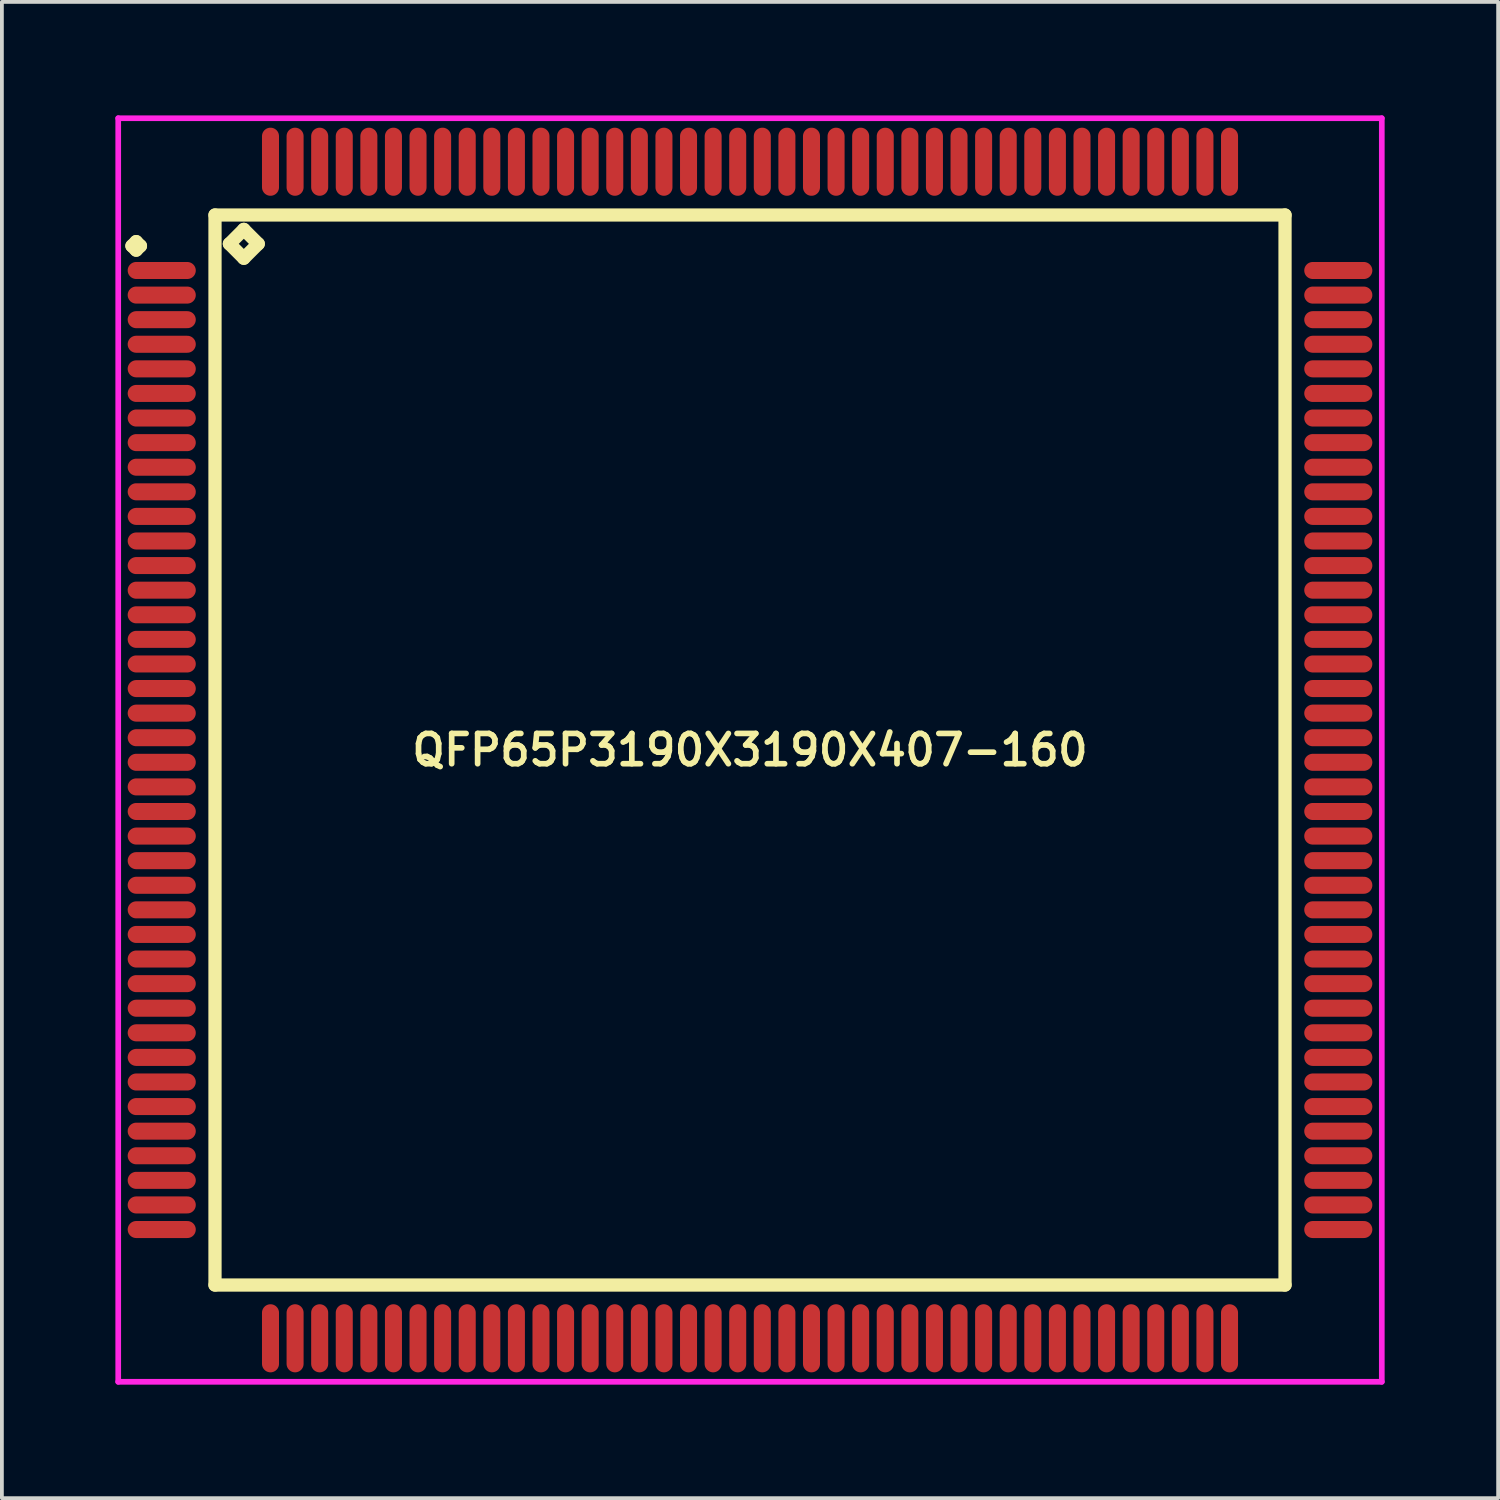
<source format=kicad_pcb>
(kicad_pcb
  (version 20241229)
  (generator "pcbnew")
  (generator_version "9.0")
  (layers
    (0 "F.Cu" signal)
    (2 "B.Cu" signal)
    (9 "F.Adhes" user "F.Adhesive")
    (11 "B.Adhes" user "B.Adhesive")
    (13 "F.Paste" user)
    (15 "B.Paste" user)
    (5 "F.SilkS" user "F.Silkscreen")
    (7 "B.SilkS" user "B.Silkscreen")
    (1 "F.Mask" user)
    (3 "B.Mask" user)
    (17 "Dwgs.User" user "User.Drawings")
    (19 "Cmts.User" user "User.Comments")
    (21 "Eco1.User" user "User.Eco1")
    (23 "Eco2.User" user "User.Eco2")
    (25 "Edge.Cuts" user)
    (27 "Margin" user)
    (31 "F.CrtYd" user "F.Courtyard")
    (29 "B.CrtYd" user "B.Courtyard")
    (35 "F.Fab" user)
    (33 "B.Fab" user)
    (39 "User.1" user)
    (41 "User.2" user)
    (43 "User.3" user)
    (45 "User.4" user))
  (footprint "QFP65P3190X3190X407-160"
    (layer "F.Cu")
    (at 16.775 16.775)
    (property "Reference" "QFP65P3190X3190X407-160" (at 0 0 0) (layer "F.SilkS") (effects (font (size 0.8 0.8) (thickness 0.15))))
    (attr smd)
    (fp_line (start -16.337 -13.325) (end -16.225 -13.438) (stroke (width 0.35) (type solid)) (layer "F.SilkS"))
    (fp_line (start -16.225 -13.438) (end -16.113 -13.325) (stroke (width 0.35) (type solid)) (layer "F.SilkS"))
    (fp_line (start -16.225 -13.213) (end -16.337 -13.325) (stroke (width 0.35) (type solid)) (layer "F.SilkS"))
    (fp_line (start -16.113 -13.325) (end -16.225 -13.213) (stroke (width 0.35) (type solid)) (layer "F.SilkS"))
    (fp_line (start -14.142 -14.142) (end -14.142 14.142) (stroke (width 0.35) (type solid)) (layer "F.SilkS"))
    (fp_line (start -14.142 14.142) (end 14.142 14.142) (stroke (width 0.35) (type solid)) (layer "F.SilkS"))
    (fp_line (start -13.761 -13.38) (end -13.38 -13.761) (stroke (width 0.35) (type solid)) (layer "F.SilkS"))
    (fp_line (start -13.38 -13.761) (end -12.999 -13.38) (stroke (width 0.35) (type solid)) (layer "F.SilkS"))
    (fp_line (start -13.38 -12.999) (end -13.761 -13.38) (stroke (width 0.35) (type solid)) (layer "F.SilkS"))
    (fp_line (start -12.999 -13.38) (end -13.38 -12.999) (stroke (width 0.35) (type solid)) (layer "F.SilkS"))
    (fp_line (start 14.142 -14.142) (end -14.142 -14.142) (stroke (width 0.35) (type solid)) (layer "F.SilkS"))
    (fp_line (start 14.142 14.142) (end 14.142 -14.142) (stroke (width 0.35) (type solid)) (layer "F.SilkS"))
    (fp_line (start -16.7 -16.7) (end 16.7 -16.7) (stroke (width 0.15) (type solid)) (layer "F.CrtYd"))
    (fp_line (start -16.7 16.7) (end -16.7 -16.7) (stroke (width 0.15) (type solid)) (layer "F.CrtYd"))
    (fp_line (start 16.7 -16.7) (end 16.7 16.7) (stroke (width 0.15) (type solid)) (layer "F.CrtYd"))
    (fp_line (start 16.7 16.7) (end -16.7 16.7) (stroke (width 0.15) (type solid)) (layer "F.CrtYd"))
    (pad "1" smd oval (at -15.55 -12.675) (size 1.8 0.45) (layers "F.Cu" "F.Mask" "F.Paste"))
    (pad "2" smd oval (at -15.55 -12.025) (size 1.8 0.45) (layers "F.Cu" "F.Mask" "F.Paste"))
    (pad "3" smd oval (at -15.55 -11.375) (size 1.8 0.45) (layers "F.Cu" "F.Mask" "F.Paste"))
    (pad "4" smd oval (at -15.55 -10.725) (size 1.8 0.45) (layers "F.Cu" "F.Mask" "F.Paste"))
    (pad "5" smd oval (at -15.55 -10.075) (size 1.8 0.45) (layers "F.Cu" "F.Mask" "F.Paste"))
    (pad "6" smd oval (at -15.55 -9.425) (size 1.8 0.45) (layers "F.Cu" "F.Mask" "F.Paste"))
    (pad "7" smd oval (at -15.55 -8.775) (size 1.8 0.45) (layers "F.Cu" "F.Mask" "F.Paste"))
    (pad "8" smd oval (at -15.55 -8.125) (size 1.8 0.45) (layers "F.Cu" "F.Mask" "F.Paste"))
    (pad "9" smd oval (at -15.55 -7.475) (size 1.8 0.45) (layers "F.Cu" "F.Mask" "F.Paste"))
    (pad "10" smd oval (at -15.55 -6.825) (size 1.8 0.45) (layers "F.Cu" "F.Mask" "F.Paste"))
    (pad "11" smd oval (at -15.55 -6.175) (size 1.8 0.45) (layers "F.Cu" "F.Mask" "F.Paste"))
    (pad "12" smd oval (at -15.55 -5.525) (size 1.8 0.45) (layers "F.Cu" "F.Mask" "F.Paste"))
    (pad "13" smd oval (at -15.55 -4.875) (size 1.8 0.45) (layers "F.Cu" "F.Mask" "F.Paste"))
    (pad "14" smd oval (at -15.55 -4.225) (size 1.8 0.45) (layers "F.Cu" "F.Mask" "F.Paste"))
    (pad "15" smd oval (at -15.55 -3.575) (size 1.8 0.45) (layers "F.Cu" "F.Mask" "F.Paste"))
    (pad "16" smd oval (at -15.55 -2.925) (size 1.8 0.45) (layers "F.Cu" "F.Mask" "F.Paste"))
    (pad "17" smd oval (at -15.55 -2.275) (size 1.8 0.45) (layers "F.Cu" "F.Mask" "F.Paste"))
    (pad "18" smd oval (at -15.55 -1.625) (size 1.8 0.45) (layers "F.Cu" "F.Mask" "F.Paste"))
    (pad "19" smd oval (at -15.55 -0.975) (size 1.8 0.45) (layers "F.Cu" "F.Mask" "F.Paste"))
    (pad "20" smd oval (at -15.55 -0.325) (size 1.8 0.45) (layers "F.Cu" "F.Mask" "F.Paste"))
    (pad "21" smd oval (at -15.55 0.325) (size 1.8 0.45) (layers "F.Cu" "F.Mask" "F.Paste"))
    (pad "22" smd oval (at -15.55 0.975) (size 1.8 0.45) (layers "F.Cu" "F.Mask" "F.Paste"))
    (pad "23" smd oval (at -15.55 1.625) (size 1.8 0.45) (layers "F.Cu" "F.Mask" "F.Paste"))
    (pad "24" smd oval (at -15.55 2.275) (size 1.8 0.45) (layers "F.Cu" "F.Mask" "F.Paste"))
    (pad "25" smd oval (at -15.55 2.925) (size 1.8 0.45) (layers "F.Cu" "F.Mask" "F.Paste"))
    (pad "26" smd oval (at -15.55 3.575) (size 1.8 0.45) (layers "F.Cu" "F.Mask" "F.Paste"))
    (pad "27" smd oval (at -15.55 4.225) (size 1.8 0.45) (layers "F.Cu" "F.Mask" "F.Paste"))
    (pad "28" smd oval (at -15.55 4.875) (size 1.8 0.45) (layers "F.Cu" "F.Mask" "F.Paste"))
    (pad "29" smd oval (at -15.55 5.525) (size 1.8 0.45) (layers "F.Cu" "F.Mask" "F.Paste"))
    (pad "30" smd oval (at -15.55 6.175) (size 1.8 0.45) (layers "F.Cu" "F.Mask" "F.Paste"))
    (pad "31" smd oval (at -15.55 6.825) (size 1.8 0.45) (layers "F.Cu" "F.Mask" "F.Paste"))
    (pad "32" smd oval (at -15.55 7.475) (size 1.8 0.45) (layers "F.Cu" "F.Mask" "F.Paste"))
    (pad "33" smd oval (at -15.55 8.125) (size 1.8 0.45) (layers "F.Cu" "F.Mask" "F.Paste"))
    (pad "34" smd oval (at -15.55 8.775) (size 1.8 0.45) (layers "F.Cu" "F.Mask" "F.Paste"))
    (pad "35" smd oval (at -15.55 9.425) (size 1.8 0.45) (layers "F.Cu" "F.Mask" "F.Paste"))
    (pad "36" smd oval (at -15.55 10.075) (size 1.8 0.45) (layers "F.Cu" "F.Mask" "F.Paste"))
    (pad "37" smd oval (at -15.55 10.725) (size 1.8 0.45) (layers "F.Cu" "F.Mask" "F.Paste"))
    (pad "38" smd oval (at -15.55 11.375) (size 1.8 0.45) (layers "F.Cu" "F.Mask" "F.Paste"))
    (pad "39" smd oval (at -15.55 12.025) (size 1.8 0.45) (layers "F.Cu" "F.Mask" "F.Paste"))
    (pad "40" smd oval (at -15.55 12.675) (size 1.8 0.45) (layers "F.Cu" "F.Mask" "F.Paste"))
    (pad "41" smd oval (at -12.675 15.55) (size 0.45 1.8) (layers "F.Cu" "F.Mask" "F.Paste"))
    (pad "42" smd oval (at -12.025 15.55) (size 0.45 1.8) (layers "F.Cu" "F.Mask" "F.Paste"))
    (pad "43" smd oval (at -11.375 15.55) (size 0.45 1.8) (layers "F.Cu" "F.Mask" "F.Paste"))
    (pad "44" smd oval (at -10.725 15.55) (size 0.45 1.8) (layers "F.Cu" "F.Mask" "F.Paste"))
    (pad "45" smd oval (at -10.075 15.55) (size 0.45 1.8) (layers "F.Cu" "F.Mask" "F.Paste"))
    (pad "46" smd oval (at -9.425 15.55) (size 0.45 1.8) (layers "F.Cu" "F.Mask" "F.Paste"))
    (pad "47" smd oval (at -8.775 15.55) (size 0.45 1.8) (layers "F.Cu" "F.Mask" "F.Paste"))
    (pad "48" smd oval (at -8.125 15.55) (size 0.45 1.8) (layers "F.Cu" "F.Mask" "F.Paste"))
    (pad "49" smd oval (at -7.475 15.55) (size 0.45 1.8) (layers "F.Cu" "F.Mask" "F.Paste"))
    (pad "50" smd oval (at -6.825 15.55) (size 0.45 1.8) (layers "F.Cu" "F.Mask" "F.Paste"))
    (pad "51" smd oval (at -6.175 15.55) (size 0.45 1.8) (layers "F.Cu" "F.Mask" "F.Paste"))
    (pad "52" smd oval (at -5.525 15.55) (size 0.45 1.8) (layers "F.Cu" "F.Mask" "F.Paste"))
    (pad "53" smd oval (at -4.875 15.55) (size 0.45 1.8) (layers "F.Cu" "F.Mask" "F.Paste"))
    (pad "54" smd oval (at -4.225 15.55) (size 0.45 1.8) (layers "F.Cu" "F.Mask" "F.Paste"))
    (pad "55" smd oval (at -3.575 15.55) (size 0.45 1.8) (layers "F.Cu" "F.Mask" "F.Paste"))
    (pad "56" smd oval (at -2.925 15.55) (size 0.45 1.8) (layers "F.Cu" "F.Mask" "F.Paste"))
    (pad "57" smd oval (at -2.275 15.55) (size 0.45 1.8) (layers "F.Cu" "F.Mask" "F.Paste"))
    (pad "58" smd oval (at -1.625 15.55) (size 0.45 1.8) (layers "F.Cu" "F.Mask" "F.Paste"))
    (pad "59" smd oval (at -0.975 15.55) (size 0.45 1.8) (layers "F.Cu" "F.Mask" "F.Paste"))
    (pad "60" smd oval (at -0.325 15.55) (size 0.45 1.8) (layers "F.Cu" "F.Mask" "F.Paste"))
    (pad "61" smd oval (at 0.325 15.55) (size 0.45 1.8) (layers "F.Cu" "F.Mask" "F.Paste"))
    (pad "62" smd oval (at 0.975 15.55) (size 0.45 1.8) (layers "F.Cu" "F.Mask" "F.Paste"))
    (pad "63" smd oval (at 1.625 15.55) (size 0.45 1.8) (layers "F.Cu" "F.Mask" "F.Paste"))
    (pad "64" smd oval (at 2.275 15.55) (size 0.45 1.8) (layers "F.Cu" "F.Mask" "F.Paste"))
    (pad "65" smd oval (at 2.925 15.55) (size 0.45 1.8) (layers "F.Cu" "F.Mask" "F.Paste"))
    (pad "66" smd oval (at 3.575 15.55) (size 0.45 1.8) (layers "F.Cu" "F.Mask" "F.Paste"))
    (pad "67" smd oval (at 4.225 15.55) (size 0.45 1.8) (layers "F.Cu" "F.Mask" "F.Paste"))
    (pad "68" smd oval (at 4.875 15.55) (size 0.45 1.8) (layers "F.Cu" "F.Mask" "F.Paste"))
    (pad "69" smd oval (at 5.525 15.55) (size 0.45 1.8) (layers "F.Cu" "F.Mask" "F.Paste"))
    (pad "70" smd oval (at 6.175 15.55) (size 0.45 1.8) (layers "F.Cu" "F.Mask" "F.Paste"))
    (pad "71" smd oval (at 6.825 15.55) (size 0.45 1.8) (layers "F.Cu" "F.Mask" "F.Paste"))
    (pad "72" smd oval (at 7.475 15.55) (size 0.45 1.8) (layers "F.Cu" "F.Mask" "F.Paste"))
    (pad "73" smd oval (at 8.125 15.55) (size 0.45 1.8) (layers "F.Cu" "F.Mask" "F.Paste"))
    (pad "74" smd oval (at 8.775 15.55) (size 0.45 1.8) (layers "F.Cu" "F.Mask" "F.Paste"))
    (pad "75" smd oval (at 9.425 15.55) (size 0.45 1.8) (layers "F.Cu" "F.Mask" "F.Paste"))
    (pad "76" smd oval (at 10.075 15.55) (size 0.45 1.8) (layers "F.Cu" "F.Mask" "F.Paste"))
    (pad "77" smd oval (at 10.725 15.55) (size 0.45 1.8) (layers "F.Cu" "F.Mask" "F.Paste"))
    (pad "78" smd oval (at 11.375 15.55) (size 0.45 1.8) (layers "F.Cu" "F.Mask" "F.Paste"))
    (pad "79" smd oval (at 12.025 15.55) (size 0.45 1.8) (layers "F.Cu" "F.Mask" "F.Paste"))
    (pad "80" smd oval (at 12.675 15.55) (size 0.45 1.8) (layers "F.Cu" "F.Mask" "F.Paste"))
    (pad "81" smd oval (at 15.55 12.675) (size 1.8 0.45) (layers "F.Cu" "F.Mask" "F.Paste"))
    (pad "82" smd oval (at 15.55 12.025) (size 1.8 0.45) (layers "F.Cu" "F.Mask" "F.Paste"))
    (pad "83" smd oval (at 15.55 11.375) (size 1.8 0.45) (layers "F.Cu" "F.Mask" "F.Paste"))
    (pad "84" smd oval (at 15.55 10.725) (size 1.8 0.45) (layers "F.Cu" "F.Mask" "F.Paste"))
    (pad "85" smd oval (at 15.55 10.075) (size 1.8 0.45) (layers "F.Cu" "F.Mask" "F.Paste"))
    (pad "86" smd oval (at 15.55 9.425) (size 1.8 0.45) (layers "F.Cu" "F.Mask" "F.Paste"))
    (pad "87" smd oval (at 15.55 8.775) (size 1.8 0.45) (layers "F.Cu" "F.Mask" "F.Paste"))
    (pad "88" smd oval (at 15.55 8.125) (size 1.8 0.45) (layers "F.Cu" "F.Mask" "F.Paste"))
    (pad "89" smd oval (at 15.55 7.475) (size 1.8 0.45) (layers "F.Cu" "F.Mask" "F.Paste"))
    (pad "90" smd oval (at 15.55 6.825) (size 1.8 0.45) (layers "F.Cu" "F.Mask" "F.Paste"))
    (pad "91" smd oval (at 15.55 6.175) (size 1.8 0.45) (layers "F.Cu" "F.Mask" "F.Paste"))
    (pad "92" smd oval (at 15.55 5.525) (size 1.8 0.45) (layers "F.Cu" "F.Mask" "F.Paste"))
    (pad "93" smd oval (at 15.55 4.875) (size 1.8 0.45) (layers "F.Cu" "F.Mask" "F.Paste"))
    (pad "94" smd oval (at 15.55 4.225) (size 1.8 0.45) (layers "F.Cu" "F.Mask" "F.Paste"))
    (pad "95" smd oval (at 15.55 3.575) (size 1.8 0.45) (layers "F.Cu" "F.Mask" "F.Paste"))
    (pad "96" smd oval (at 15.55 2.925) (size 1.8 0.45) (layers "F.Cu" "F.Mask" "F.Paste"))
    (pad "97" smd oval (at 15.55 2.275) (size 1.8 0.45) (layers "F.Cu" "F.Mask" "F.Paste"))
    (pad "98" smd oval (at 15.55 1.625) (size 1.8 0.45) (layers "F.Cu" "F.Mask" "F.Paste"))
    (pad "99" smd oval (at 15.55 0.975) (size 1.8 0.45) (layers "F.Cu" "F.Mask" "F.Paste"))
    (pad "100" smd oval (at 15.55 0.325) (size 1.8 0.45) (layers "F.Cu" "F.Mask" "F.Paste"))
    (pad "101" smd oval (at 15.55 -0.325) (size 1.8 0.45) (layers "F.Cu" "F.Mask" "F.Paste"))
    (pad "102" smd oval (at 15.55 -0.975) (size 1.8 0.45) (layers "F.Cu" "F.Mask" "F.Paste"))
    (pad "103" smd oval (at 15.55 -1.625) (size 1.8 0.45) (layers "F.Cu" "F.Mask" "F.Paste"))
    (pad "104" smd oval (at 15.55 -2.275) (size 1.8 0.45) (layers "F.Cu" "F.Mask" "F.Paste"))
    (pad "105" smd oval (at 15.55 -2.925) (size 1.8 0.45) (layers "F.Cu" "F.Mask" "F.Paste"))
    (pad "106" smd oval (at 15.55 -3.575) (size 1.8 0.45) (layers "F.Cu" "F.Mask" "F.Paste"))
    (pad "107" smd oval (at 15.55 -4.225) (size 1.8 0.45) (layers "F.Cu" "F.Mask" "F.Paste"))
    (pad "108" smd oval (at 15.55 -4.875) (size 1.8 0.45) (layers "F.Cu" "F.Mask" "F.Paste"))
    (pad "109" smd oval (at 15.55 -5.525) (size 1.8 0.45) (layers "F.Cu" "F.Mask" "F.Paste"))
    (pad "110" smd oval (at 15.55 -6.175) (size 1.8 0.45) (layers "F.Cu" "F.Mask" "F.Paste"))
    (pad "111" smd oval (at 15.55 -6.825) (size 1.8 0.45) (layers "F.Cu" "F.Mask" "F.Paste"))
    (pad "112" smd oval (at 15.55 -7.475) (size 1.8 0.45) (layers "F.Cu" "F.Mask" "F.Paste"))
    (pad "113" smd oval (at 15.55 -8.125) (size 1.8 0.45) (layers "F.Cu" "F.Mask" "F.Paste"))
    (pad "114" smd oval (at 15.55 -8.775) (size 1.8 0.45) (layers "F.Cu" "F.Mask" "F.Paste"))
    (pad "115" smd oval (at 15.55 -9.425) (size 1.8 0.45) (layers "F.Cu" "F.Mask" "F.Paste"))
    (pad "116" smd oval (at 15.55 -10.075) (size 1.8 0.45) (layers "F.Cu" "F.Mask" "F.Paste"))
    (pad "117" smd oval (at 15.55 -10.725) (size 1.8 0.45) (layers "F.Cu" "F.Mask" "F.Paste"))
    (pad "118" smd oval (at 15.55 -11.375) (size 1.8 0.45) (layers "F.Cu" "F.Mask" "F.Paste"))
    (pad "119" smd oval (at 15.55 -12.025) (size 1.8 0.45) (layers "F.Cu" "F.Mask" "F.Paste"))
    (pad "120" smd oval (at 15.55 -12.675) (size 1.8 0.45) (layers "F.Cu" "F.Mask" "F.Paste"))
    (pad "121" smd oval (at 12.675 -15.55) (size 0.45 1.8) (layers "F.Cu" "F.Mask" "F.Paste"))
    (pad "122" smd oval (at 12.025 -15.55) (size 0.45 1.8) (layers "F.Cu" "F.Mask" "F.Paste"))
    (pad "123" smd oval (at 11.375 -15.55) (size 0.45 1.8) (layers "F.Cu" "F.Mask" "F.Paste"))
    (pad "124" smd oval (at 10.725 -15.55) (size 0.45 1.8) (layers "F.Cu" "F.Mask" "F.Paste"))
    (pad "125" smd oval (at 10.075 -15.55) (size 0.45 1.8) (layers "F.Cu" "F.Mask" "F.Paste"))
    (pad "126" smd oval (at 9.425 -15.55) (size 0.45 1.8) (layers "F.Cu" "F.Mask" "F.Paste"))
    (pad "127" smd oval (at 8.775 -15.55) (size 0.45 1.8) (layers "F.Cu" "F.Mask" "F.Paste"))
    (pad "128" smd oval (at 8.125 -15.55) (size 0.45 1.8) (layers "F.Cu" "F.Mask" "F.Paste"))
    (pad "129" smd oval (at 7.475 -15.55) (size 0.45 1.8) (layers "F.Cu" "F.Mask" "F.Paste"))
    (pad "130" smd oval (at 6.825 -15.55) (size 0.45 1.8) (layers "F.Cu" "F.Mask" "F.Paste"))
    (pad "131" smd oval (at 6.175 -15.55) (size 0.45 1.8) (layers "F.Cu" "F.Mask" "F.Paste"))
    (pad "132" smd oval (at 5.525 -15.55) (size 0.45 1.8) (layers "F.Cu" "F.Mask" "F.Paste"))
    (pad "133" smd oval (at 4.875 -15.55) (size 0.45 1.8) (layers "F.Cu" "F.Mask" "F.Paste"))
    (pad "134" smd oval (at 4.225 -15.55) (size 0.45 1.8) (layers "F.Cu" "F.Mask" "F.Paste"))
    (pad "135" smd oval (at 3.575 -15.55) (size 0.45 1.8) (layers "F.Cu" "F.Mask" "F.Paste"))
    (pad "136" smd oval (at 2.925 -15.55) (size 0.45 1.8) (layers "F.Cu" "F.Mask" "F.Paste"))
    (pad "137" smd oval (at 2.275 -15.55) (size 0.45 1.8) (layers "F.Cu" "F.Mask" "F.Paste"))
    (pad "138" smd oval (at 1.625 -15.55) (size 0.45 1.8) (layers "F.Cu" "F.Mask" "F.Paste"))
    (pad "139" smd oval (at 0.975 -15.55) (size 0.45 1.8) (layers "F.Cu" "F.Mask" "F.Paste"))
    (pad "140" smd oval (at 0.325 -15.55) (size 0.45 1.8) (layers "F.Cu" "F.Mask" "F.Paste"))
    (pad "141" smd oval (at -0.325 -15.55) (size 0.45 1.8) (layers "F.Cu" "F.Mask" "F.Paste"))
    (pad "142" smd oval (at -0.975 -15.55) (size 0.45 1.8) (layers "F.Cu" "F.Mask" "F.Paste"))
    (pad "143" smd oval (at -1.625 -15.55) (size 0.45 1.8) (layers "F.Cu" "F.Mask" "F.Paste"))
    (pad "144" smd oval (at -2.275 -15.55) (size 0.45 1.8) (layers "F.Cu" "F.Mask" "F.Paste"))
    (pad "145" smd oval (at -2.925 -15.55) (size 0.45 1.8) (layers "F.Cu" "F.Mask" "F.Paste"))
    (pad "146" smd oval (at -3.575 -15.55) (size 0.45 1.8) (layers "F.Cu" "F.Mask" "F.Paste"))
    (pad "147" smd oval (at -4.225 -15.55) (size 0.45 1.8) (layers "F.Cu" "F.Mask" "F.Paste"))
    (pad "148" smd oval (at -4.875 -15.55) (size 0.45 1.8) (layers "F.Cu" "F.Mask" "F.Paste"))
    (pad "149" smd oval (at -5.525 -15.55) (size 0.45 1.8) (layers "F.Cu" "F.Mask" "F.Paste"))
    (pad "150" smd oval (at -6.175 -15.55) (size 0.45 1.8) (layers "F.Cu" "F.Mask" "F.Paste"))
    (pad "151" smd oval (at -6.825 -15.55) (size 0.45 1.8) (layers "F.Cu" "F.Mask" "F.Paste"))
    (pad "152" smd oval (at -7.475 -15.55) (size 0.45 1.8) (layers "F.Cu" "F.Mask" "F.Paste"))
    (pad "153" smd oval (at -8.125 -15.55) (size 0.45 1.8) (layers "F.Cu" "F.Mask" "F.Paste"))
    (pad "154" smd oval (at -8.775 -15.55) (size 0.45 1.8) (layers "F.Cu" "F.Mask" "F.Paste"))
    (pad "155" smd oval (at -9.425 -15.55) (size 0.45 1.8) (layers "F.Cu" "F.Mask" "F.Paste"))
    (pad "156" smd oval (at -10.075 -15.55) (size 0.45 1.8) (layers "F.Cu" "F.Mask" "F.Paste"))
    (pad "157" smd oval (at -10.725 -15.55) (size 0.45 1.8) (layers "F.Cu" "F.Mask" "F.Paste"))
    (pad "158" smd oval (at -11.375 -15.55) (size 0.45 1.8) (layers "F.Cu" "F.Mask" "F.Paste"))
    (pad "159" smd oval (at -12.025 -15.55) (size 0.45 1.8) (layers "F.Cu" "F.Mask" "F.Paste"))
    (pad "160" smd oval (at -12.675 -15.55) (size 0.45 1.8) (layers "F.Cu" "F.Mask" "F.Paste")))
  (gr_rect
    (start -3 -3)
    (end 36.55 36.55)
    (stroke (width 0.1) (type default))
    (fill no)
    (layer "Edge.Cuts")))
</source>
